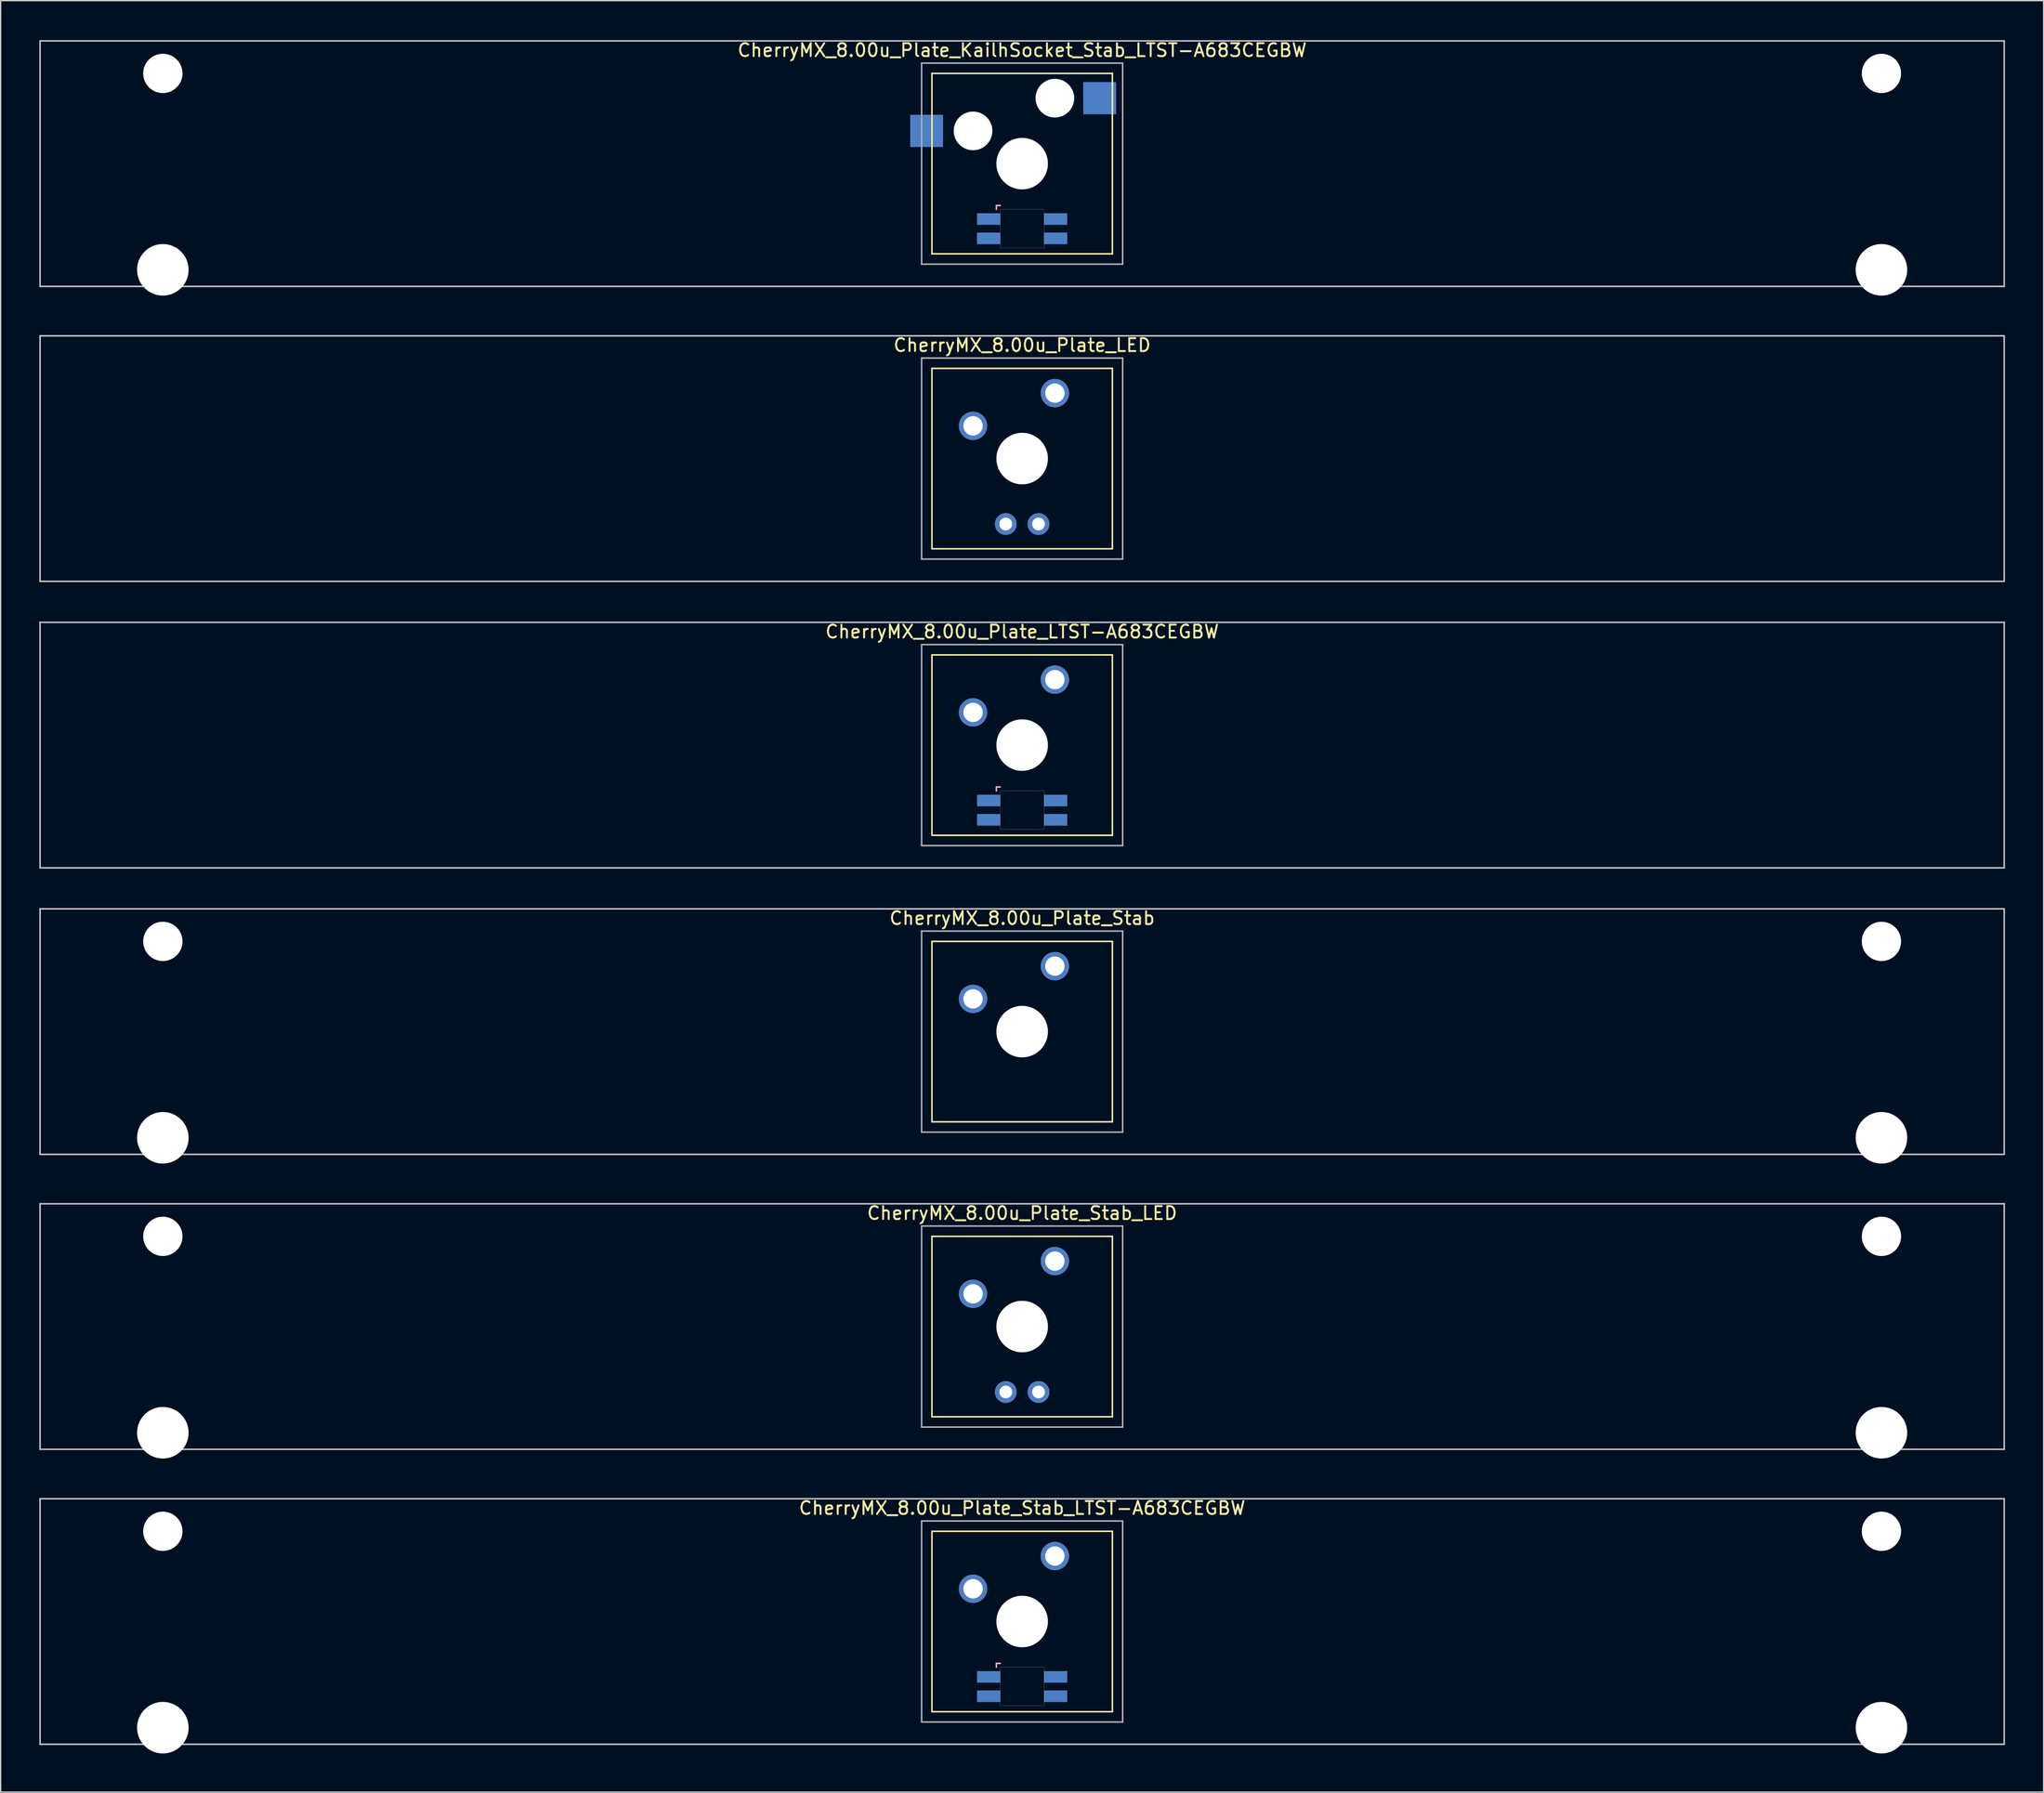
<source format=kicad_pcb>
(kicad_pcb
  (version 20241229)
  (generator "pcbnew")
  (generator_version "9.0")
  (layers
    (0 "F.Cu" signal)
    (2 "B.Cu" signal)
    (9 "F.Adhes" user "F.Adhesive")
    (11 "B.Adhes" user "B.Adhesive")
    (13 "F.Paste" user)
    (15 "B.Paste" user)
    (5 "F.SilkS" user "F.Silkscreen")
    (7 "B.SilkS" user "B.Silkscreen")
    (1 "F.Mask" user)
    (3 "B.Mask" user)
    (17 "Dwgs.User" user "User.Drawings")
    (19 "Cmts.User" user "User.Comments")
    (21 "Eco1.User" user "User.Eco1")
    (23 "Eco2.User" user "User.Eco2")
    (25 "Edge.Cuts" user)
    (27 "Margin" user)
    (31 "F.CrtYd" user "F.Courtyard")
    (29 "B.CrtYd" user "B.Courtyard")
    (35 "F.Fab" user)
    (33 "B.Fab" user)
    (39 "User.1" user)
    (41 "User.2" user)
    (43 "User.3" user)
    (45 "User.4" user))
  (footprint "CherryMX_8.00u_Plate_LED"
    (layer "F.Cu")
    (at 76.26 32.536)
    (property "Reference" "CherryMX_8.00u_Plate_LED" (at 0 -8.8 0) (layer "F.SilkS") (effects (font (size 1 1) (thickness 0.15))))
    (attr through_hole)
    (fp_line (start -7 -7) (end -7 7) (stroke (width 0.12) (type solid)) (layer "F.SilkS"))
    (fp_line (start -7 -7) (end 7 -7) (stroke (width 0.12) (type solid)) (layer "F.SilkS"))
    (fp_line (start 7 -7) (end 7 7) (stroke (width 0.12) (type solid)) (layer "F.SilkS"))
    (fp_line (start 7 7) (end -7 7) (stroke (width 0.12) (type solid)) (layer "F.SilkS"))
    (fp_line (start -76.2 -9.525) (end 76.2 -9.525) (stroke (width 0.12) (type solid)) (layer "Dwgs.User"))
    (fp_line (start -76.2 9.525) (end -76.2 -9.525) (stroke (width 0.12) (type solid)) (layer "Dwgs.User"))
    (fp_line (start 76.2 -9.525) (end 76.2 9.525) (stroke (width 0.12) (type solid)) (layer "Dwgs.User"))
    (fp_line (start 76.2 9.525) (end -76.2 9.525) (stroke (width 0.12) (type solid)) (layer "Dwgs.User"))
    (fp_line (start -7.8 -7.8) (end -7.8 7.8) (stroke (width 0.12) (type solid)) (layer "F.Fab"))
    (fp_line (start -7.8 -7.8) (end 7.8 -7.8) (stroke (width 0.12) (type solid)) (layer "F.Fab"))
    (fp_line (start -7.8 7.8) (end 7.8 7.8) (stroke (width 0.12) (type solid)) (layer "F.Fab"))
    (fp_line (start 7.8 -7.8) (end 7.8 7.8) (stroke (width 0.12) (type solid)) (layer "F.Fab"))
    (pad "" np_thru_hole circle (at 0 0) (size 4 4) (drill 4) (layers "*.Cu" "*.Mask"))
    (pad "1" thru_hole circle (at -3.81 -2.54) (size 2.2 2.2) (drill 1.5) (layers "*.Cu" "*.Mask"))
    (pad "2" thru_hole circle (at 2.54 -5.08) (size 2.2 2.2) (drill 1.5) (layers "*.Cu" "*.Mask"))
    (pad "3" thru_hole circle (at -1.27 5.08) (size 1.691 1.691) (drill 0.991) (layers "*.Cu" "*.Mask"))
    (pad "4" thru_hole circle (at 1.27 5.08) (size 1.691 1.691) (drill 0.991) (layers "*.Cu" "*.Mask")))
  (footprint "CherryMX_8.00u_Plate_Stab"
    (layer "F.Cu")
    (at 76.26 77.003)
    (property "Reference" "CherryMX_8.00u_Plate_Stab" (at 0 -8.8 0) (layer "F.SilkS") (effects (font (size 1 1) (thickness 0.15))))
    (attr through_hole)
    (fp_line (start -7 -7) (end -7 7) (stroke (width 0.12) (type solid)) (layer "F.SilkS"))
    (fp_line (start -7 -7) (end 7 -7) (stroke (width 0.12) (type solid)) (layer "F.SilkS"))
    (fp_line (start 7 -7) (end 7 7) (stroke (width 0.12) (type solid)) (layer "F.SilkS"))
    (fp_line (start 7 7) (end -7 7) (stroke (width 0.12) (type solid)) (layer "F.SilkS"))
    (fp_line (start -76.2 -9.525) (end 76.2 -9.525) (stroke (width 0.12) (type solid)) (layer "Dwgs.User"))
    (fp_line (start -76.2 9.525) (end -76.2 -9.525) (stroke (width 0.12) (type solid)) (layer "Dwgs.User"))
    (fp_line (start 76.2 -9.525) (end 76.2 9.525) (stroke (width 0.12) (type solid)) (layer "Dwgs.User"))
    (fp_line (start 76.2 9.525) (end -76.2 9.525) (stroke (width 0.12) (type solid)) (layer "Dwgs.User"))
    (fp_line (start -7.8 -7.8) (end -7.8 7.8) (stroke (width 0.12) (type solid)) (layer "F.Fab"))
    (fp_line (start -7.8 -7.8) (end 7.8 -7.8) (stroke (width 0.12) (type solid)) (layer "F.Fab"))
    (fp_line (start -7.8 7.8) (end 7.8 7.8) (stroke (width 0.12) (type solid)) (layer "F.Fab"))
    (fp_line (start 7.8 -7.8) (end 7.8 7.8) (stroke (width 0.12) (type solid)) (layer "F.Fab"))
    (pad "" np_thru_hole circle (at -66.675 -7) (size 3.05 3.05) (drill 3.05) (layers "*.Cu" "*.Mask"))
    (pad "" np_thru_hole circle (at -66.675 8.24) (size 4 4) (drill 4) (layers "*.Cu" "*.Mask"))
    (pad "" np_thru_hole circle (at 0 0) (size 4 4) (drill 4) (layers "*.Cu" "*.Mask"))
    (pad "" np_thru_hole circle (at 66.675 -7) (size 3.05 3.05) (drill 3.05) (layers "*.Cu" "*.Mask"))
    (pad "" np_thru_hole circle (at 66.675 8.24) (size 4 4) (drill 4) (layers "*.Cu" "*.Mask"))
    (pad "1" thru_hole circle (at -3.81 -2.54) (size 2.2 2.2) (drill 1.5) (layers "*.Cu" "*.Mask"))
    (pad "2" thru_hole circle (at 2.54 -5.08) (size 2.2 2.2) (drill 1.5) (layers "*.Cu" "*.Mask")))
  (footprint "CherryMX_8.00u_Plate_Stab_LED"
    (layer "F.Cu")
    (at 76.26 99.891)
    (property "Reference" "CherryMX_8.00u_Plate_Stab_LED" (at 0 -8.8 0) (layer "F.SilkS") (effects (font (size 1 1) (thickness 0.15))))
    (attr through_hole)
    (fp_line (start -7 -7) (end -7 7) (stroke (width 0.12) (type solid)) (layer "F.SilkS"))
    (fp_line (start -7 -7) (end 7 -7) (stroke (width 0.12) (type solid)) (layer "F.SilkS"))
    (fp_line (start 7 -7) (end 7 7) (stroke (width 0.12) (type solid)) (layer "F.SilkS"))
    (fp_line (start 7 7) (end -7 7) (stroke (width 0.12) (type solid)) (layer "F.SilkS"))
    (fp_line (start -76.2 -9.525) (end 76.2 -9.525) (stroke (width 0.12) (type solid)) (layer "Dwgs.User"))
    (fp_line (start -76.2 9.525) (end -76.2 -9.525) (stroke (width 0.12) (type solid)) (layer "Dwgs.User"))
    (fp_line (start 76.2 -9.525) (end 76.2 9.525) (stroke (width 0.12) (type solid)) (layer "Dwgs.User"))
    (fp_line (start 76.2 9.525) (end -76.2 9.525) (stroke (width 0.12) (type solid)) (layer "Dwgs.User"))
    (fp_line (start -7.8 -7.8) (end -7.8 7.8) (stroke (width 0.12) (type solid)) (layer "F.Fab"))
    (fp_line (start -7.8 -7.8) (end 7.8 -7.8) (stroke (width 0.12) (type solid)) (layer "F.Fab"))
    (fp_line (start -7.8 7.8) (end 7.8 7.8) (stroke (width 0.12) (type solid)) (layer "F.Fab"))
    (fp_line (start 7.8 -7.8) (end 7.8 7.8) (stroke (width 0.12) (type solid)) (layer "F.Fab"))
    (pad "" np_thru_hole circle (at -66.675 -7) (size 3.05 3.05) (drill 3.05) (layers "*.Cu" "*.Mask"))
    (pad "" np_thru_hole circle (at -66.675 8.24) (size 4 4) (drill 4) (layers "*.Cu" "*.Mask"))
    (pad "" np_thru_hole circle (at 0 0) (size 4 4) (drill 4) (layers "*.Cu" "*.Mask"))
    (pad "" np_thru_hole circle (at 66.675 -7) (size 3.05 3.05) (drill 3.05) (layers "*.Cu" "*.Mask"))
    (pad "" np_thru_hole circle (at 66.675 8.24) (size 4 4) (drill 4) (layers "*.Cu" "*.Mask"))
    (pad "1" thru_hole circle (at -3.81 -2.54) (size 2.2 2.2) (drill 1.5) (layers "*.Cu" "*.Mask"))
    (pad "2" thru_hole circle (at 2.54 -5.08) (size 2.2 2.2) (drill 1.5) (layers "*.Cu" "*.Mask"))
    (pad "3" thru_hole circle (at -1.27 5.08) (size 1.691 1.691) (drill 0.991) (layers "*.Cu" "*.Mask"))
    (pad "4" thru_hole circle (at 1.27 5.08) (size 1.691 1.691) (drill 0.991) (layers "*.Cu" "*.Mask")))
  (footprint "CherryMX_8.00u_Plate_LTST-A683CEGBW"
    (layer "F.Cu")
    (at 76.26 54.77)
    (property "Reference" "CherryMX_8.00u_Plate_LTST-A683CEGBW" (at 0 -8.8 0) (layer "F.SilkS") (effects (font (size 1 1) (thickness 0.15))))
    (attr through_hole)
    (fp_line (start -7 -7) (end -7 7) (stroke (width 0.12) (type solid)) (layer "F.SilkS"))
    (fp_line (start -7 -7) (end 7 -7) (stroke (width 0.12) (type solid)) (layer "F.SilkS"))
    (fp_line (start 7 -7) (end 7 7) (stroke (width 0.12) (type solid)) (layer "F.SilkS"))
    (fp_line (start 7 7) (end -7 7) (stroke (width 0.12) (type solid)) (layer "F.SilkS"))
    (fp_line (start -2 3.25) (end -2 3.55) (stroke (width 0.12) (type solid)) (layer "B.SilkS"))
    (fp_line (start -1.7 3.25) (end -2 3.25) (stroke (width 0.12) (type solid)) (layer "B.SilkS"))
    (fp_line (start -76.2 -9.525) (end 76.2 -9.525) (stroke (width 0.12) (type solid)) (layer "Dwgs.User"))
    (fp_line (start -76.2 9.525) (end -76.2 -9.525) (stroke (width 0.12) (type solid)) (layer "Dwgs.User"))
    (fp_line (start 76.2 -9.525) (end 76.2 9.525) (stroke (width 0.12) (type solid)) (layer "Dwgs.User"))
    (fp_line (start 76.2 9.525) (end -76.2 9.525) (stroke (width 0.12) (type solid)) (layer "Dwgs.User"))
    (fp_poly (pts (xy 1.7 6.55) (xy -1.7 6.55) (xy -1.7 3.55) (xy 1.7 3.55)) (stroke (width 0.01) (type solid)) (fill no) (layer "Edge.Cuts"))
    (fp_line (start -7.8 -7.8) (end -7.8 7.8) (stroke (width 0.12) (type solid)) (layer "F.Fab"))
    (fp_line (start -7.8 -7.8) (end 7.8 -7.8) (stroke (width 0.12) (type solid)) (layer "F.Fab"))
    (fp_line (start -7.8 7.8) (end 7.8 7.8) (stroke (width 0.12) (type solid)) (layer "F.Fab"))
    (fp_line (start 7.8 -7.8) (end 7.8 7.8) (stroke (width 0.12) (type solid)) (layer "F.Fab"))
    (pad "" np_thru_hole circle (at 0 0) (size 4 4) (drill 4) (layers "*.Cu" "*.Mask"))
    (pad "1" thru_hole circle (at -3.81 -2.54) (size 2.2 2.2) (drill 1.5) (layers "*.Cu" "*.Mask"))
    (pad "2" thru_hole circle (at 2.54 -5.08) (size 2.2 2.2) (drill 1.5) (layers "*.Cu" "*.Mask"))
    (pad "3" smd rect (at -2.6 4.3) (size 1.8 0.9) (layers "B.Cu" "B.Mask" "B.Paste"))
    (pad "4" smd rect (at -2.6 5.8) (size 1.8 0.9) (layers "B.Cu" "B.Mask" "B.Paste"))
    (pad "5" smd rect (at 2.6 4.3) (size 1.8 0.9) (layers "B.Cu" "B.Mask" "B.Paste"))
    (pad "6" smd rect (at 2.6 5.8) (size 1.8 0.9) (layers "B.Cu" "B.Mask" "B.Paste")))
  (footprint "CherryMX_8.00u_Plate_KailhSocket_Stab_LTST-A683CEGBW"
    (layer "F.Cu")
    (at 76.26 9.648)
    (property "Reference" "CherryMX_8.00u_Plate_KailhSocket_Stab_LTST-A683CEGBW" (at 0 -8.8 0) (layer "F.SilkS") (effects (font (size 1 1) (thickness 0.15))))
    (attr through_hole)
    (fp_line (start -7 -7) (end -7 7) (stroke (width 0.12) (type solid)) (layer "F.SilkS"))
    (fp_line (start -7 -7) (end 7 -7) (stroke (width 0.12) (type solid)) (layer "F.SilkS"))
    (fp_line (start 7 -7) (end 7 7) (stroke (width 0.12) (type solid)) (layer "F.SilkS"))
    (fp_line (start 7 7) (end -7 7) (stroke (width 0.12) (type solid)) (layer "F.SilkS"))
    (fp_line (start -2 3.25) (end -2 3.55) (stroke (width 0.12) (type solid)) (layer "B.SilkS"))
    (fp_line (start -1.7 3.25) (end -2 3.25) (stroke (width 0.12) (type solid)) (layer "B.SilkS"))
    (fp_line (start -76.2 -9.525) (end 76.2 -9.525) (stroke (width 0.12) (type solid)) (layer "Dwgs.User"))
    (fp_line (start -76.2 9.525) (end -76.2 -9.525) (stroke (width 0.12) (type solid)) (layer "Dwgs.User"))
    (fp_line (start 76.2 -9.525) (end 76.2 9.525) (stroke (width 0.12) (type solid)) (layer "Dwgs.User"))
    (fp_line (start 76.2 9.525) (end -76.2 9.525) (stroke (width 0.12) (type solid)) (layer "Dwgs.User"))
    (fp_poly (pts (xy 1.7 6.55) (xy -1.7 6.55) (xy -1.7 3.55) (xy 1.7 3.55)) (stroke (width 0.01) (type solid)) (fill no) (layer "Edge.Cuts"))
    (fp_line (start -7.8 -7.8) (end -7.8 7.8) (stroke (width 0.12) (type solid)) (layer "F.Fab"))
    (fp_line (start -7.8 -7.8) (end 7.8 -7.8) (stroke (width 0.12) (type solid)) (layer "F.Fab"))
    (fp_line (start -7.8 7.8) (end 7.8 7.8) (stroke (width 0.12) (type solid)) (layer "F.Fab"))
    (fp_line (start 7.8 -7.8) (end 7.8 7.8) (stroke (width 0.12) (type solid)) (layer "F.Fab"))
    (pad "" np_thru_hole circle (at -66.675 -7) (size 3.05 3.05) (drill 3.05) (layers "*.Cu" "*.Mask"))
    (pad "" np_thru_hole circle (at -66.675 8.24) (size 4 4) (drill 4) (layers "*.Cu" "*.Mask"))
    (pad "" np_thru_hole circle (at -3.81 -2.54) (size 3 3) (drill 3) (layers "*.Cu" "*.Mask"))
    (pad "" np_thru_hole circle (at 0 0) (size 4 4) (drill 4) (layers "*.Cu" "*.Mask"))
    (pad "" np_thru_hole circle (at 2.54 -5.08) (size 3 3) (drill 3) (layers "*.Cu" "*.Mask"))
    (pad "" np_thru_hole circle (at 66.675 -7) (size 3.05 3.05) (drill 3.05) (layers "*.Cu" "*.Mask"))
    (pad "" np_thru_hole circle (at 66.675 8.24) (size 4 4) (drill 4) (layers "*.Cu" "*.Mask"))
    (pad "1" smd rect (at -7.41 -2.54) (size 2.55 2.5) (layers "B.Cu" "B.Mask" "B.Paste"))
    (pad "2" smd rect (at 6.015 -5.08) (size 2.55 2.5) (layers "B.Cu" "B.Mask" "B.Paste"))
    (pad "3" smd rect (at -2.6 4.3) (size 1.8 0.9) (layers "B.Cu" "B.Mask" "B.Paste"))
    (pad "4" smd rect (at -2.6 5.8) (size 1.8 0.9) (layers "B.Cu" "B.Mask" "B.Paste"))
    (pad "5" smd rect (at 2.6 4.3) (size 1.8 0.9) (layers "B.Cu" "B.Mask" "B.Paste"))
    (pad "6" smd rect (at 2.6 5.8) (size 1.8 0.9) (layers "B.Cu" "B.Mask" "B.Paste")))
  (footprint "CherryMX_8.00u_Plate_Stab_LTST-A683CEGBW"
    (layer "F.Cu")
    (at 76.26 122.779)
    (property "Reference" "CherryMX_8.00u_Plate_Stab_LTST-A683CEGBW" (at 0 -8.8 0) (layer "F.SilkS") (effects (font (size 1 1) (thickness 0.15))))
    (attr through_hole)
    (fp_line (start -7 -7) (end -7 7) (stroke (width 0.12) (type solid)) (layer "F.SilkS"))
    (fp_line (start -7 -7) (end 7 -7) (stroke (width 0.12) (type solid)) (layer "F.SilkS"))
    (fp_line (start 7 -7) (end 7 7) (stroke (width 0.12) (type solid)) (layer "F.SilkS"))
    (fp_line (start 7 7) (end -7 7) (stroke (width 0.12) (type solid)) (layer "F.SilkS"))
    (fp_line (start -2 3.25) (end -2 3.55) (stroke (width 0.12) (type solid)) (layer "B.SilkS"))
    (fp_line (start -1.7 3.25) (end -2 3.25) (stroke (width 0.12) (type solid)) (layer "B.SilkS"))
    (fp_line (start -76.2 -9.525) (end 76.2 -9.525) (stroke (width 0.12) (type solid)) (layer "Dwgs.User"))
    (fp_line (start -76.2 9.525) (end -76.2 -9.525) (stroke (width 0.12) (type solid)) (layer "Dwgs.User"))
    (fp_line (start 76.2 -9.525) (end 76.2 9.525) (stroke (width 0.12) (type solid)) (layer "Dwgs.User"))
    (fp_line (start 76.2 9.525) (end -76.2 9.525) (stroke (width 0.12) (type solid)) (layer "Dwgs.User"))
    (fp_poly (pts (xy 1.7 6.55) (xy -1.7 6.55) (xy -1.7 3.55) (xy 1.7 3.55)) (stroke (width 0.01) (type solid)) (fill no) (layer "Edge.Cuts"))
    (fp_line (start -7.8 -7.8) (end -7.8 7.8) (stroke (width 0.12) (type solid)) (layer "F.Fab"))
    (fp_line (start -7.8 -7.8) (end 7.8 -7.8) (stroke (width 0.12) (type solid)) (layer "F.Fab"))
    (fp_line (start -7.8 7.8) (end 7.8 7.8) (stroke (width 0.12) (type solid)) (layer "F.Fab"))
    (fp_line (start 7.8 -7.8) (end 7.8 7.8) (stroke (width 0.12) (type solid)) (layer "F.Fab"))
    (pad "" np_thru_hole circle (at -66.675 -7) (size 3.05 3.05) (drill 3.05) (layers "*.Cu" "*.Mask"))
    (pad "" np_thru_hole circle (at -66.675 8.24) (size 4 4) (drill 4) (layers "*.Cu" "*.Mask"))
    (pad "" np_thru_hole circle (at 0 0) (size 4 4) (drill 4) (layers "*.Cu" "*.Mask"))
    (pad "" np_thru_hole circle (at 66.675 -7) (size 3.05 3.05) (drill 3.05) (layers "*.Cu" "*.Mask"))
    (pad "" np_thru_hole circle (at 66.675 8.24) (size 4 4) (drill 4) (layers "*.Cu" "*.Mask"))
    (pad "1" thru_hole circle (at -3.81 -2.54) (size 2.2 2.2) (drill 1.5) (layers "*.Cu" "*.Mask"))
    (pad "2" thru_hole circle (at 2.54 -5.08) (size 2.2 2.2) (drill 1.5) (layers "*.Cu" "*.Mask"))
    (pad "3" smd rect (at -2.6 4.3) (size 1.8 0.9) (layers "B.Cu" "B.Mask" "B.Paste"))
    (pad "4" smd rect (at -2.6 5.8) (size 1.8 0.9) (layers "B.Cu" "B.Mask" "B.Paste"))
    (pad "5" smd rect (at 2.6 4.3) (size 1.8 0.9) (layers "B.Cu" "B.Mask" "B.Paste"))
    (pad "6" smd rect (at 2.6 5.8) (size 1.8 0.9) (layers "B.Cu" "B.Mask" "B.Paste")))
  (gr_rect
    (start -3 -3)
    (end 155.52 136.019)
    (stroke (width 0.1) (type default))
    (fill no)
    (layer "Edge.Cuts")))
</source>
